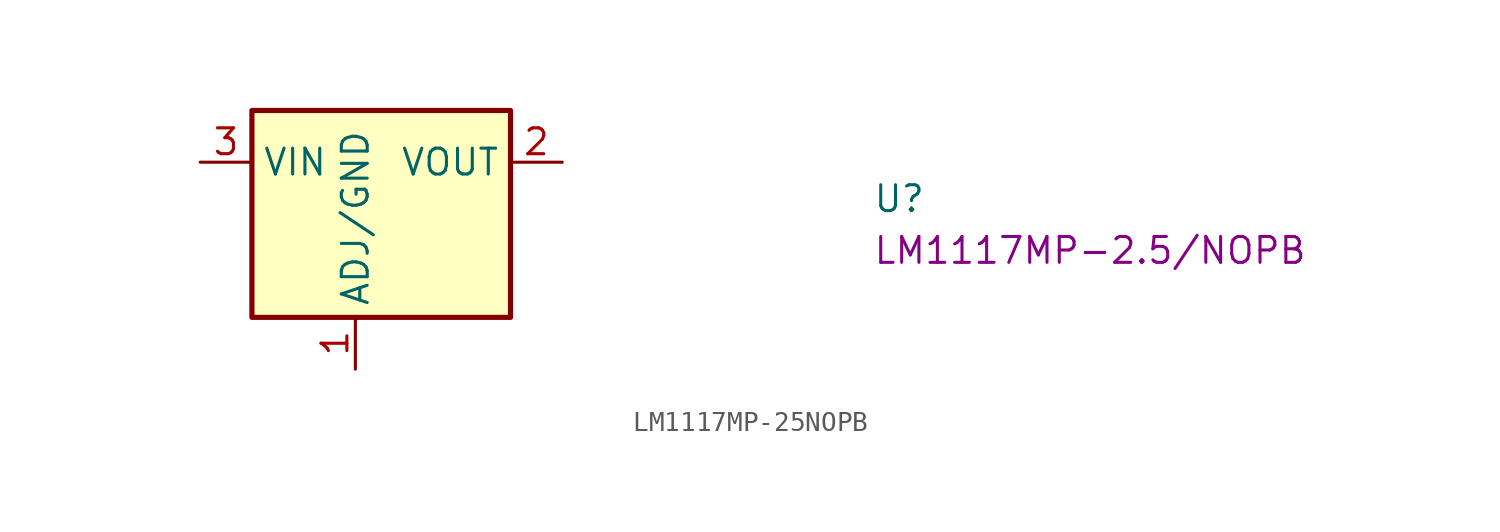
<source format=kicad_sym>
(kicad_symbol_lib
  (version 20220914)
  (generator kicad_symbol_editor)
  (symbol "LM1117MP-25NOPB"
    (property "Reference" "U"
      (at 33.02 -2.54 0)
      (effects (font (size 1.27 1.27) (thickness 0.15)) (justify left bottom)))
    (property "MPN" "LM1117MP-2.5/NOPB"
      (at 33.02 -5.08 0)
      (effects (font (size 1.27 1.27) (thickness 0.15)) (justify left bottom)))
    (symbol "LM1117MP-25NOPB_1_1"
      (rectangle (start 15.24 2.54) (end 2.54 -7.62) (stroke (width 0.254) (type default)) (fill (type background)))
      (pin power_in line (at 7.62 -10.16 90) (length 2.54) (name "ADJ/GND" (effects (font (size 1.27 1.27)))) (number "1" (effects (font (size 1.27 1.27)))))
      (pin power_out line (at 17.78 0 180) (length 2.54) (name "VOUT" (effects (font (size 1.27 1.27)))) (number "2" (effects (font (size 1.27 1.27)))))
      (pin power_in line (at 0 0 0) (length 2.54) (name "VIN" (effects (font (size 1.27 1.27)))) (number "3" (effects (font (size 1.27 1.27)))))
      (pin passive line (at 17.78 0 180) (length 2.54) hide (name "VOUT" (effects (font (size 1.27 1.27)))) (number "4" (effects (font (size 1.27 1.27))))))))
</source>
